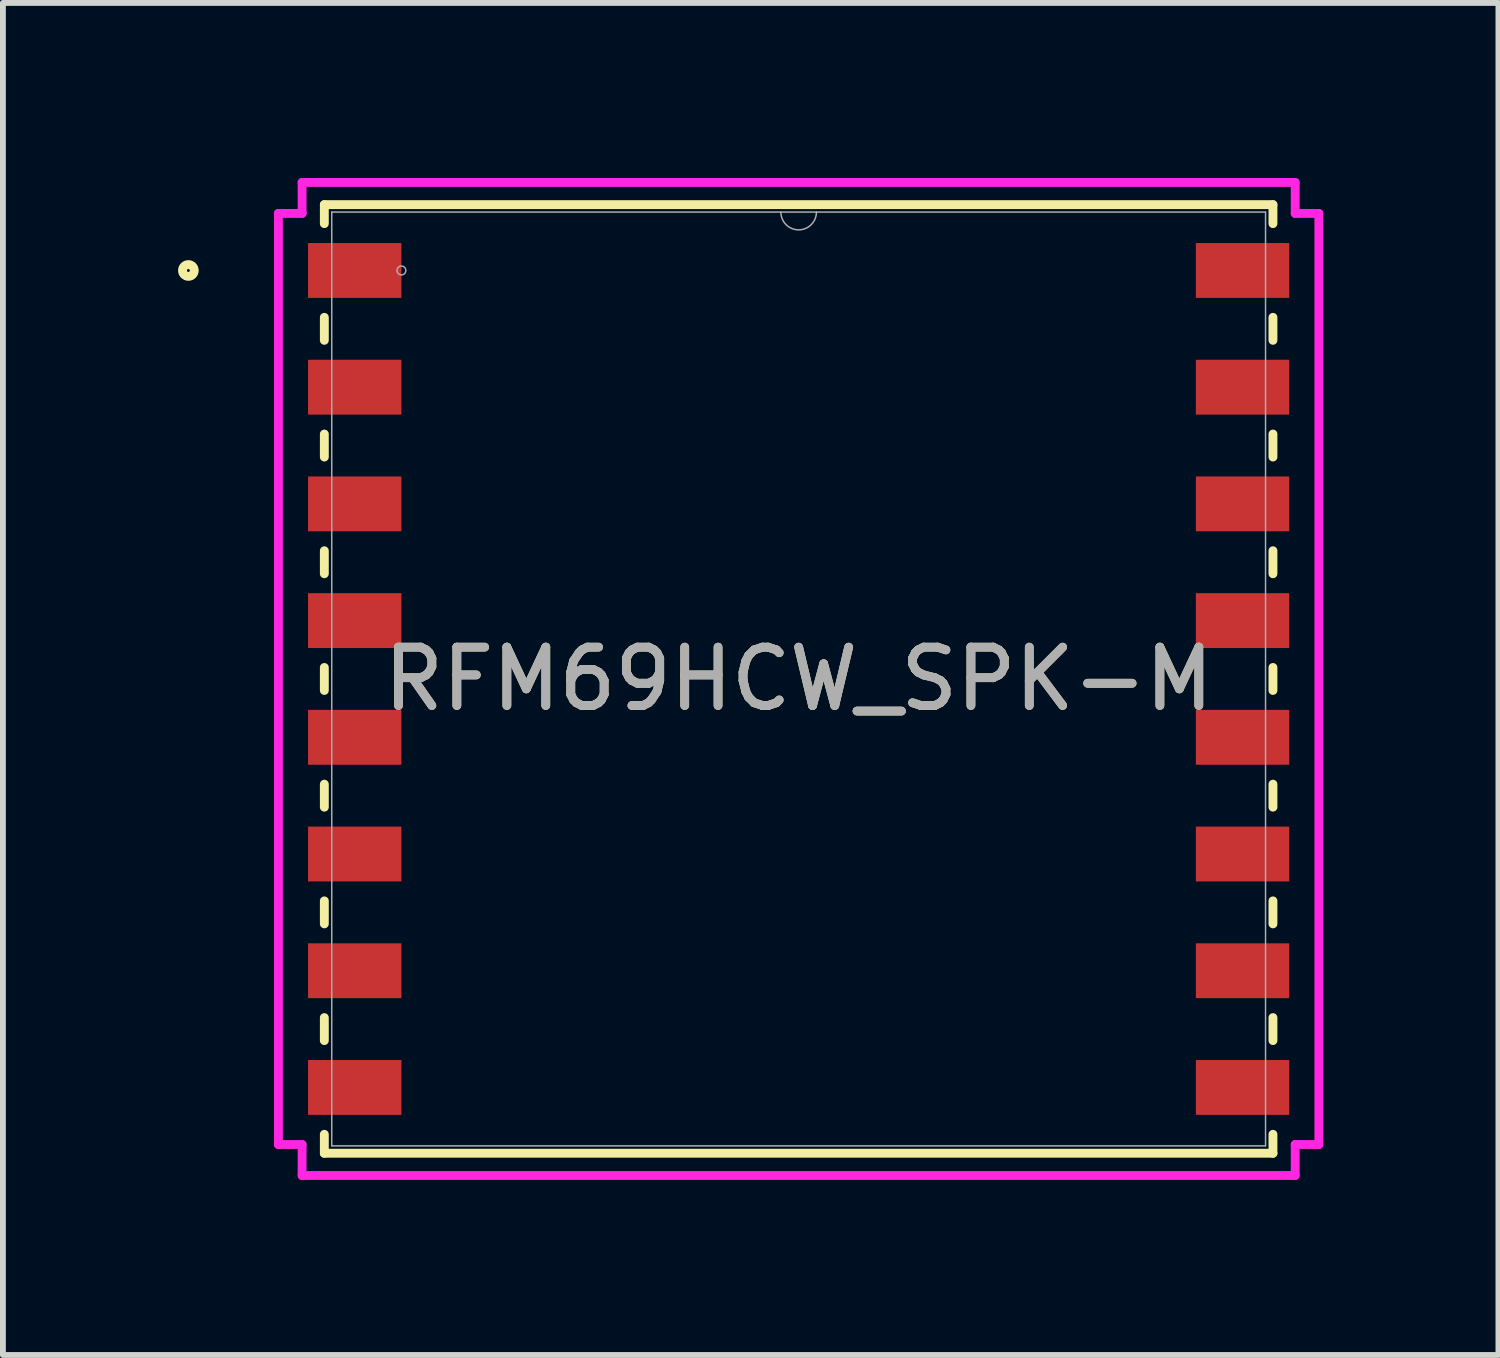
<source format=kicad_pcb>
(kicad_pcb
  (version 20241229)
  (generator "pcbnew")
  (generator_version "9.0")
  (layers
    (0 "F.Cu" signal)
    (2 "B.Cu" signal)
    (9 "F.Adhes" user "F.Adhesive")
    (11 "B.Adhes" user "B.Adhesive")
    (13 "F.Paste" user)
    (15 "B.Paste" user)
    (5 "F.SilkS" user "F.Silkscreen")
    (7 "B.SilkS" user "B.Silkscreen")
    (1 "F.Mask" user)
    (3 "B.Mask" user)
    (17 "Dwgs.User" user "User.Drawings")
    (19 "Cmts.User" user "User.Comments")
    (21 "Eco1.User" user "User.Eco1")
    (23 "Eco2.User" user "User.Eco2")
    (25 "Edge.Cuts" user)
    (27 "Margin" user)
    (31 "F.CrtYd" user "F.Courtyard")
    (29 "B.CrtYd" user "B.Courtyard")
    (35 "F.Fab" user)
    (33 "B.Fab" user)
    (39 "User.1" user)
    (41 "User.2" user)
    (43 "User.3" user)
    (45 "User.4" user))
  (footprint "RFM69HCW_SPK-M"
    (layer "F.Cu")
    (at 10.636 8.585)
    (property "Reference" "RFM69HCW_SPK-M" (at 0 0 0) (unlocked yes) (layer "F.SilkS") (effects (font (size 1 1) (thickness 0.15))))
    (attr smd)
    (fp_line (start -8.128 -8.128) (end -8.128 -7.803) (stroke (width 0.152) (type solid)) (layer "F.SilkS"))
    (fp_line (start -8.128 -6.197) (end -8.128 -5.803) (stroke (width 0.152) (type solid)) (layer "F.SilkS"))
    (fp_line (start -8.128 -4.197) (end -8.128 -3.803) (stroke (width 0.152) (type solid)) (layer "F.SilkS"))
    (fp_line (start -8.128 -2.197) (end -8.128 -1.803) (stroke (width 0.152) (type solid)) (layer "F.SilkS"))
    (fp_line (start -8.128 -0.197) (end -8.128 0.197) (stroke (width 0.152) (type solid)) (layer "F.SilkS"))
    (fp_line (start -8.128 1.803) (end -8.128 2.197) (stroke (width 0.152) (type solid)) (layer "F.SilkS"))
    (fp_line (start -8.128 3.803) (end -8.128 4.197) (stroke (width 0.152) (type solid)) (layer "F.SilkS"))
    (fp_line (start -8.128 5.803) (end -8.128 6.197) (stroke (width 0.152) (type solid)) (layer "F.SilkS"))
    (fp_line (start -8.128 7.803) (end -8.128 8.128) (stroke (width 0.152) (type solid)) (layer "F.SilkS"))
    (fp_line (start -8.128 8.128) (end 8.128 8.128) (stroke (width 0.152) (type solid)) (layer "F.SilkS"))
    (fp_line (start 8.128 -8.128) (end -8.128 -8.128) (stroke (width 0.152) (type solid)) (layer "F.SilkS"))
    (fp_line (start 8.128 -7.803) (end 8.128 -8.128) (stroke (width 0.152) (type solid)) (layer "F.SilkS"))
    (fp_line (start 8.128 -5.803) (end 8.128 -6.197) (stroke (width 0.152) (type solid)) (layer "F.SilkS"))
    (fp_line (start 8.128 -3.803) (end 8.128 -4.197) (stroke (width 0.152) (type solid)) (layer "F.SilkS"))
    (fp_line (start 8.128 -1.803) (end 8.128 -2.197) (stroke (width 0.152) (type solid)) (layer "F.SilkS"))
    (fp_line (start 8.128 0.197) (end 8.128 -0.197) (stroke (width 0.152) (type solid)) (layer "F.SilkS"))
    (fp_line (start 8.128 2.197) (end 8.128 1.803) (stroke (width 0.152) (type solid)) (layer "F.SilkS"))
    (fp_line (start 8.128 4.197) (end 8.128 3.803) (stroke (width 0.152) (type solid)) (layer "F.SilkS"))
    (fp_line (start 8.128 6.197) (end 8.128 5.803) (stroke (width 0.152) (type solid)) (layer "F.SilkS"))
    (fp_line (start 8.128 8.128) (end 8.128 7.803) (stroke (width 0.152) (type solid)) (layer "F.SilkS"))
    (fp_circle (center -10.458 -7) (end -10.357 -7) (stroke (width 0.152) (type solid)) (fill no) (layer "F.SilkS"))
    (fp_line (start -8.915 -7.978) (end -8.509 -7.978) (stroke (width 0.152) (type solid)) (layer "F.CrtYd"))
    (fp_line (start -8.915 7.978) (end -8.915 -7.978) (stroke (width 0.152) (type solid)) (layer "F.CrtYd"))
    (fp_line (start -8.915 7.978) (end -8.509 7.978) (stroke (width 0.152) (type solid)) (layer "F.CrtYd"))
    (fp_line (start -8.509 -8.509) (end 8.509 -8.509) (stroke (width 0.152) (type solid)) (layer "F.CrtYd"))
    (fp_line (start -8.509 -7.978) (end -8.509 -8.509) (stroke (width 0.152) (type solid)) (layer "F.CrtYd"))
    (fp_line (start -8.509 8.509) (end -8.509 7.978) (stroke (width 0.152) (type solid)) (layer "F.CrtYd"))
    (fp_line (start 8.509 -8.509) (end 8.509 -7.978) (stroke (width 0.152) (type solid)) (layer "F.CrtYd"))
    (fp_line (start 8.509 7.978) (end 8.509 8.509) (stroke (width 0.152) (type solid)) (layer "F.CrtYd"))
    (fp_line (start 8.509 8.509) (end -8.509 8.509) (stroke (width 0.152) (type solid)) (layer "F.CrtYd"))
    (fp_line (start 8.915 -7.978) (end 8.509 -7.978) (stroke (width 0.152) (type solid)) (layer "F.CrtYd"))
    (fp_line (start 8.915 -7.978) (end 8.915 7.978) (stroke (width 0.152) (type solid)) (layer "F.CrtYd"))
    (fp_line (start 8.915 7.978) (end 8.509 7.978) (stroke (width 0.152) (type solid)) (layer "F.CrtYd"))
    (fp_line (start -8.001 -8.001) (end -8.001 8.001) (stroke (width 0.025) (type solid)) (layer "F.Fab"))
    (fp_line (start -8.001 8.001) (end 8.001 8.001) (stroke (width 0.025) (type solid)) (layer "F.Fab"))
    (fp_line (start 8.001 -8.001) (end -8.001 -8.001) (stroke (width 0.025) (type solid)) (layer "F.Fab"))
    (fp_line (start 8.001 8.001) (end 8.001 -8.001) (stroke (width 0.025) (type solid)) (layer "F.Fab"))
    (fp_arc (start 0.3048 -8.001) (mid 0 -7.6962) (end -0.3048 -8.001) (stroke (width 0.0254) (type solid)) (layer "F.Fab"))
    (fp_circle (center -6.807 -7) (end -6.731 -7) (stroke (width 0.025) (type solid)) (fill no) (layer "F.Fab"))
    (fp_text user "${REFERENCE}" (at 0 0 0) (unlocked yes) (layer "F.Fab") (effects (font (size 1 1) (thickness 0.15))))
    (pad "1" smd rect (at -7.607 -7) (size 1.6 0.94) (layers "F.Cu" "F.Mask" "F.Paste"))
    (pad "2" smd rect (at -7.607 -5) (size 1.6 0.94) (layers "F.Cu" "F.Mask" "F.Paste"))
    (pad "3" smd rect (at -7.607 -3) (size 1.6 0.94) (layers "F.Cu" "F.Mask" "F.Paste"))
    (pad "4" smd rect (at -7.607 -1) (size 1.6 0.94) (layers "F.Cu" "F.Mask" "F.Paste"))
    (pad "5" smd rect (at -7.607 1) (size 1.6 0.94) (layers "F.Cu" "F.Mask" "F.Paste"))
    (pad "6" smd rect (at -7.607 3) (size 1.6 0.94) (layers "F.Cu" "F.Mask" "F.Paste"))
    (pad "7" smd rect (at -7.607 5) (size 1.6 0.94) (layers "F.Cu" "F.Mask" "F.Paste"))
    (pad "8" smd rect (at -7.607 7) (size 1.6 0.94) (layers "F.Cu" "F.Mask" "F.Paste"))
    (pad "9" smd rect (at 7.607 7) (size 1.6 0.94) (layers "F.Cu" "F.Mask" "F.Paste"))
    (pad "10" smd rect (at 7.607 5) (size 1.6 0.94) (layers "F.Cu" "F.Mask" "F.Paste"))
    (pad "11" smd rect (at 7.607 3) (size 1.6 0.94) (layers "F.Cu" "F.Mask" "F.Paste"))
    (pad "12" smd rect (at 7.607 1) (size 1.6 0.94) (layers "F.Cu" "F.Mask" "F.Paste"))
    (pad "13" smd rect (at 7.607 -1) (size 1.6 0.94) (layers "F.Cu" "F.Mask" "F.Paste"))
    (pad "14" smd rect (at 7.607 -3) (size 1.6 0.94) (layers "F.Cu" "F.Mask" "F.Paste"))
    (pad "15" smd rect (at 7.607 -5) (size 1.6 0.94) (layers "F.Cu" "F.Mask" "F.Paste"))
    (pad "16" smd rect (at 7.607 -7) (size 1.6 0.94) (layers "F.Cu" "F.Mask" "F.Paste")))
  (gr_rect
    (start -3 -3)
    (end 22.628 20.17)
    (stroke (width 0.1) (type default))
    (fill no)
    (layer "Edge.Cuts")))
</source>
